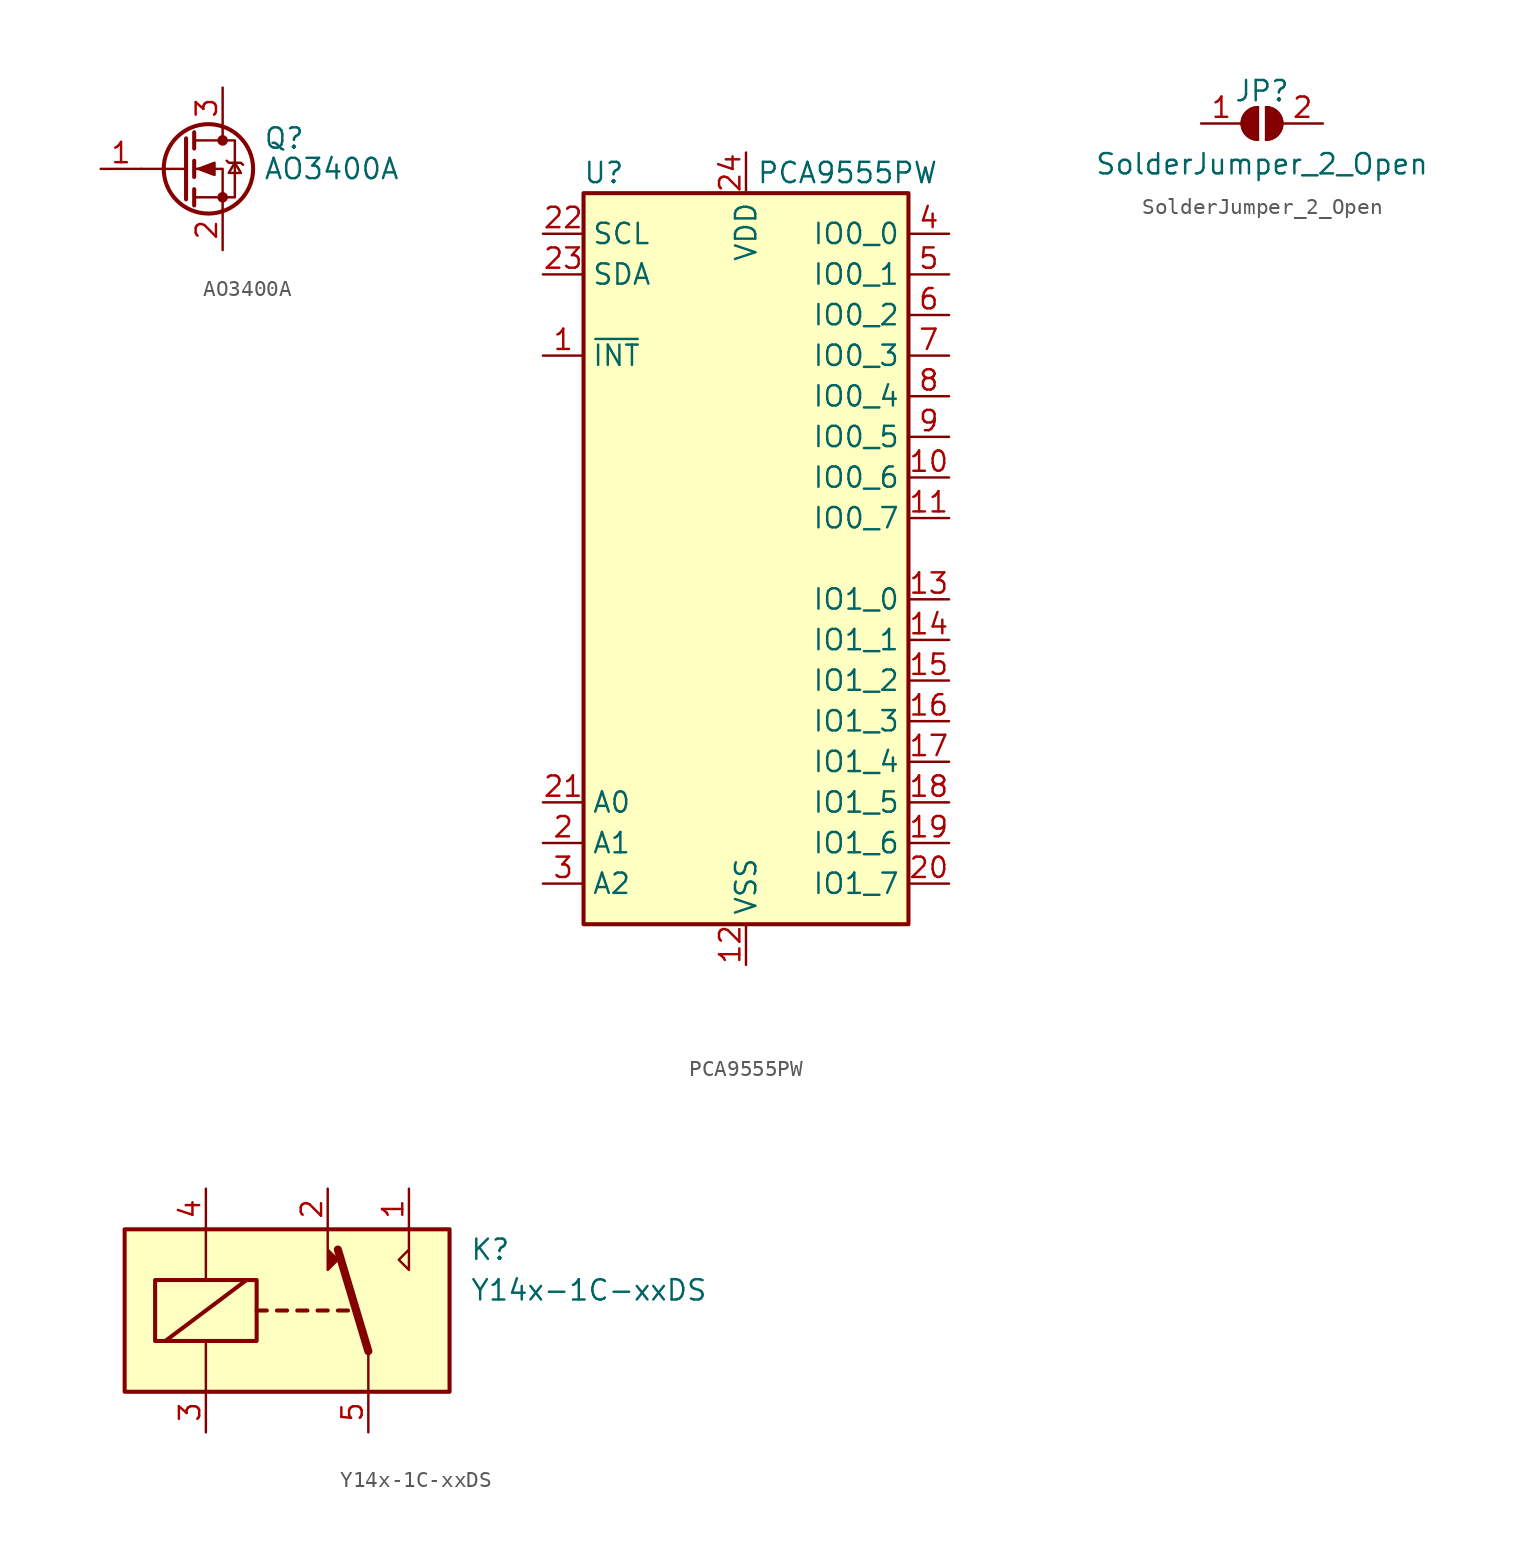
<source format=kicad_sym>
(kicad_symbol_lib
  (version 20211014)
  (generator kicad_symbol_editor)
  (symbol "AO3400A"
    (pin_names hide)
    (property "Reference" "Q"
      (at 5.08 1.905 0)
      (effects (font (size 1.27 1.27)) (justify left)))
    (property "Value" "AO3400A"
      (at 5.08 0 0)
      (effects (font (size 1.27 1.27)) (justify left)))
    (symbol "AO3400A_0_1"
      (polyline (pts (xy 0.254 0) (xy -2.54 0)) (stroke (width 0) (type default) (color 0 0 0 0)) (fill (type none)))
      (polyline (pts (xy 0.254 1.905) (xy 0.254 -1.905)) (stroke (width 0.254) (type default) (color 0 0 0 0)) (fill (type none)))
      (polyline (pts (xy 0.762 -1.27) (xy 0.762 -2.286)) (stroke (width 0.254) (type default) (color 0 0 0 0)) (fill (type none)))
      (polyline (pts (xy 0.762 0.508) (xy 0.762 -0.508)) (stroke (width 0.254) (type default) (color 0 0 0 0)) (fill (type none)))
      (polyline (pts (xy 0.762 2.286) (xy 0.762 1.27)) (stroke (width 0.254) (type default) (color 0 0 0 0)) (fill (type none)))
      (polyline (pts (xy 2.54 2.54) (xy 2.54 1.778)) (stroke (width 0) (type default) (color 0 0 0 0)) (fill (type none)))
      (polyline (pts (xy 2.54 -2.54) (xy 2.54 0) (xy 0.762 0)) (stroke (width 0) (type default) (color 0 0 0 0)) (fill (type none)))
      (polyline (pts (xy 0.762 -1.778) (xy 3.302 -1.778) (xy 3.302 1.778) (xy 0.762 1.778)) (stroke (width 0) (type default) (color 0 0 0 0)) (fill (type none)))
      (polyline (pts (xy 1.016 0) (xy 2.032 0.381) (xy 2.032 -0.381) (xy 1.016 0)) (stroke (width 0) (type default) (color 0 0 0 0)) (fill (type outline)))
      (polyline (pts (xy 2.794 0.508) (xy 2.921 0.381) (xy 3.683 0.381) (xy 3.81 0.254)) (stroke (width 0) (type default) (color 0 0 0 0)) (fill (type none)))
      (polyline (pts (xy 3.302 0.381) (xy 2.921 -0.254) (xy 3.683 -0.254) (xy 3.302 0.381)) (stroke (width 0) (type default) (color 0 0 0 0)) (fill (type none)))
      (circle (center 1.651 0) (radius 2.794) (stroke (width 0.254) (type default) (color 0 0 0 0)) (fill (type none)))
      (circle (center 2.54 -1.778) (radius 0.254) (stroke (width 0) (type default) (color 0 0 0 0)) (fill (type outline)))
      (circle (center 2.54 1.778) (radius 0.254) (stroke (width 0) (type default) (color 0 0 0 0)) (fill (type outline))))
    (symbol "AO3400A_1_1"
      (pin input line (at -5.08 0 0) (length 2.54) (name "G" (effects (font (size 1.27 1.27)))) (number "1" (effects (font (size 1.27 1.27)))))
      (pin passive line (at 2.54 -5.08 90) (length 2.54) (name "S" (effects (font (size 1.27 1.27)))) (number "2" (effects (font (size 1.27 1.27)))))
      (pin passive line (at 2.54 5.08 270) (length 2.54) (name "D" (effects (font (size 1.27 1.27)))) (number "3" (effects (font (size 1.27 1.27)))))))
  (symbol "PCA9555PW"
    (property "Reference" "U"
      (at -8.89 24.13 0)
      (effects (font (size 1.27 1.27))))
    (property "Value" "PCA9555PW"
      (at 6.35 24.13 0)
      (effects (font (size 1.27 1.27))))
    (symbol "PCA9555PW_0_1"
      (rectangle (start -10.16 22.86) (end 10.16 -22.86) (stroke (width 0.254) (type default) (color 0 0 0 0)) (fill (type background))))
    (symbol "PCA9555PW_1_1"
      (pin open_collector line (at -12.7 12.7 0) (length 2.54) (name "~{INT}" (effects (font (size 1.27 1.27)))) (number "1" (effects (font (size 1.27 1.27)))))
      (pin bidirectional line (at 12.7 5.08 180) (length 2.54) (name "IO0_6" (effects (font (size 1.27 1.27)))) (number "10" (effects (font (size 1.27 1.27)))))
      (pin bidirectional line (at 12.7 2.54 180) (length 2.54) (name "IO0_7" (effects (font (size 1.27 1.27)))) (number "11" (effects (font (size 1.27 1.27)))))
      (pin power_in line (at 0 -25.4 90) (length 2.54) (name "VSS" (effects (font (size 1.27 1.27)))) (number "12" (effects (font (size 1.27 1.27)))))
      (pin bidirectional line (at 12.7 -2.54 180) (length 2.54) (name "IO1_0" (effects (font (size 1.27 1.27)))) (number "13" (effects (font (size 1.27 1.27)))))
      (pin bidirectional line (at 12.7 -5.08 180) (length 2.54) (name "IO1_1" (effects (font (size 1.27 1.27)))) (number "14" (effects (font (size 1.27 1.27)))))
      (pin bidirectional line (at 12.7 -7.62 180) (length 2.54) (name "IO1_2" (effects (font (size 1.27 1.27)))) (number "15" (effects (font (size 1.27 1.27)))))
      (pin bidirectional line (at 12.7 -10.16 180) (length 2.54) (name "IO1_3" (effects (font (size 1.27 1.27)))) (number "16" (effects (font (size 1.27 1.27)))))
      (pin bidirectional line (at 12.7 -12.7 180) (length 2.54) (name "IO1_4" (effects (font (size 1.27 1.27)))) (number "17" (effects (font (size 1.27 1.27)))))
      (pin bidirectional line (at 12.7 -15.24 180) (length 2.54) (name "IO1_5" (effects (font (size 1.27 1.27)))) (number "18" (effects (font (size 1.27 1.27)))))
      (pin bidirectional line (at 12.7 -17.78 180) (length 2.54) (name "IO1_6" (effects (font (size 1.27 1.27)))) (number "19" (effects (font (size 1.27 1.27)))))
      (pin input line (at -12.7 -17.78 0) (length 2.54) (name "A1" (effects (font (size 1.27 1.27)))) (number "2" (effects (font (size 1.27 1.27)))))
      (pin bidirectional line (at 12.7 -20.32 180) (length 2.54) (name "IO1_7" (effects (font (size 1.27 1.27)))) (number "20" (effects (font (size 1.27 1.27)))))
      (pin input line (at -12.7 -15.24 0) (length 2.54) (name "A0" (effects (font (size 1.27 1.27)))) (number "21" (effects (font (size 1.27 1.27)))))
      (pin input line (at -12.7 20.32 0) (length 2.54) (name "SCL" (effects (font (size 1.27 1.27)))) (number "22" (effects (font (size 1.27 1.27)))))
      (pin bidirectional line (at -12.7 17.78 0) (length 2.54) (name "SDA" (effects (font (size 1.27 1.27)))) (number "23" (effects (font (size 1.27 1.27)))))
      (pin power_in line (at 0 25.4 270) (length 2.54) (name "VDD" (effects (font (size 1.27 1.27)))) (number "24" (effects (font (size 1.27 1.27)))))
      (pin input line (at -12.7 -20.32 0) (length 2.54) (name "A2" (effects (font (size 1.27 1.27)))) (number "3" (effects (font (size 1.27 1.27)))))
      (pin bidirectional line (at 12.7 20.32 180) (length 2.54) (name "IO0_0" (effects (font (size 1.27 1.27)))) (number "4" (effects (font (size 1.27 1.27)))))
      (pin bidirectional line (at 12.7 17.78 180) (length 2.54) (name "IO0_1" (effects (font (size 1.27 1.27)))) (number "5" (effects (font (size 1.27 1.27)))))
      (pin bidirectional line (at 12.7 15.24 180) (length 2.54) (name "IO0_2" (effects (font (size 1.27 1.27)))) (number "6" (effects (font (size 1.27 1.27)))))
      (pin bidirectional line (at 12.7 12.7 180) (length 2.54) (name "IO0_3" (effects (font (size 1.27 1.27)))) (number "7" (effects (font (size 1.27 1.27)))))
      (pin bidirectional line (at 12.7 10.16 180) (length 2.54) (name "IO0_4" (effects (font (size 1.27 1.27)))) (number "8" (effects (font (size 1.27 1.27)))))
      (pin bidirectional line (at 12.7 7.62 180) (length 2.54) (name "IO0_5" (effects (font (size 1.27 1.27)))) (number "9" (effects (font (size 1.27 1.27)))))))
  (symbol "SolderJumper_2_Open"
    (pin_names
      (offset 0) hide)
    (property "Reference" "JP"
      (at 0 2.032 0)
      (effects (font (size 1.27 1.27))))
    (property "Value" "SolderJumper_2_Open"
      (at 0 -2.54 0)
      (effects (font (size 1.27 1.27))))
    (symbol "SolderJumper_2_Open_0_1"
      (arc (start -0.254 1.016) (mid -1.27 0) (end -0.254 -1.016) (stroke (width 0) (type default) (color 0 0 0 0)) (fill (type none)))
      (arc (start -0.254 1.016) (mid -1.27 0) (end -0.254 -1.016) (stroke (width 0) (type default) (color 0 0 0 0)) (fill (type outline)))
      (polyline (pts (xy -0.254 1.016) (xy -0.254 -1.016)) (stroke (width 0) (type default) (color 0 0 0 0)) (fill (type none)))
      (polyline (pts (xy 0.254 1.016) (xy 0.254 -1.016)) (stroke (width 0) (type default) (color 0 0 0 0)) (fill (type none)))
      (arc (start 0.254 -1.016) (mid 1.27 0) (end 0.254 1.016) (stroke (width 0) (type default) (color 0 0 0 0)) (fill (type none)))
      (arc (start 0.254 -1.016) (mid 1.27 0) (end 0.254 1.016) (stroke (width 0) (type default) (color 0 0 0 0)) (fill (type outline))))
    (symbol "SolderJumper_2_Open_1_1"
      (pin passive line (at -3.81 0 0) (length 2.54) (name "A" (effects (font (size 1.27 1.27)))) (number "1" (effects (font (size 1.27 1.27)))))
      (pin passive line (at 3.81 0 180) (length 2.54) (name "B" (effects (font (size 1.27 1.27)))) (number "2" (effects (font (size 1.27 1.27)))))))
  (symbol "Y14x-1C-xxDS"
    (property "Reference" "K"
      (at 11.43 3.81 0)
      (effects (font (size 1.27 1.27)) (justify left)))
    (property "Value" "Y14x-1C-xxDS"
      (at 11.43 1.27 0)
      (effects (font (size 1.27 1.27)) (justify left)))
    (symbol "Y14x-1C-xxDS_0_0"
      (polyline (pts (xy 7.62 5.08) (xy 7.62 2.54) (xy 6.985 3.175) (xy 7.62 3.81)) (stroke (width 0) (type default) (color 0 0 0 0)) (fill (type none))))
    (symbol "Y14x-1C-xxDS_0_1"
      (rectangle (start -10.16 5.08) (end 10.16 -5.08) (stroke (width 0.254) (type default) (color 0 0 0 0)) (fill (type background)))
      (rectangle (start -8.255 1.905) (end -1.905 -1.905) (stroke (width 0.254) (type default) (color 0 0 0 0)) (fill (type none)))
      (polyline (pts (xy -7.62 -1.905) (xy -2.54 1.905)) (stroke (width 0.254) (type default) (color 0 0 0 0)) (fill (type none)))
      (polyline (pts (xy -5.08 -5.08) (xy -5.08 -1.905)) (stroke (width 0) (type default) (color 0 0 0 0)) (fill (type none)))
      (polyline (pts (xy -5.08 5.08) (xy -5.08 1.905)) (stroke (width 0) (type default) (color 0 0 0 0)) (fill (type none)))
      (polyline (pts (xy -1.905 0) (xy -1.27 0)) (stroke (width 0.254) (type default) (color 0 0 0 0)) (fill (type none)))
      (polyline (pts (xy -0.635 0) (xy 0 0)) (stroke (width 0.254) (type default) (color 0 0 0 0)) (fill (type none)))
      (polyline (pts (xy 0.635 0) (xy 1.27 0)) (stroke (width 0.254) (type default) (color 0 0 0 0)) (fill (type none)))
      (polyline (pts (xy 1.905 0) (xy 2.54 0)) (stroke (width 0.254) (type default) (color 0 0 0 0)) (fill (type none)))
      (polyline (pts (xy 3.175 0) (xy 3.81 0)) (stroke (width 0.254) (type default) (color 0 0 0 0)) (fill (type none)))
      (polyline (pts (xy 5.08 -2.54) (xy 3.175 3.81)) (stroke (width 0.508) (type default) (color 0 0 0 0)) (fill (type none)))
      (polyline (pts (xy 5.08 -2.54) (xy 5.08 -5.08)) (stroke (width 0) (type default) (color 0 0 0 0)) (fill (type none)))
      (polyline (pts (xy 2.54 5.08) (xy 2.54 2.54) (xy 3.175 3.175) (xy 2.54 3.81)) (stroke (width 0) (type default) (color 0 0 0 0)) (fill (type outline))))
    (symbol "Y14x-1C-xxDS_1_1"
      (pin passive line (at 7.62 7.62 270) (length 2.54) (name "~" (effects (font (size 1.27 1.27)))) (number "1" (effects (font (size 1.27 1.27)))))
      (pin passive line (at 2.54 7.62 270) (length 2.54) (name "~" (effects (font (size 1.27 1.27)))) (number "2" (effects (font (size 1.27 1.27)))))
      (pin passive line (at -5.08 -7.62 90) (length 2.54) (name "~" (effects (font (size 1.27 1.27)))) (number "3" (effects (font (size 1.27 1.27)))))
      (pin passive line (at -5.08 7.62 270) (length 2.54) (name "~" (effects (font (size 1.27 1.27)))) (number "4" (effects (font (size 1.27 1.27)))))
      (pin passive line (at 5.08 -7.62 90) (length 2.54) (name "~" (effects (font (size 1.27 1.27)))) (number "5" (effects (font (size 1.27 1.27)))))
      (pin passive line (at 5.08 -7.62 90) (length 2.54) hide (name "~" (effects (font (size 1.27 1.27)))) (number "6" (effects (font (size 1.27 1.27))))))))
</source>
